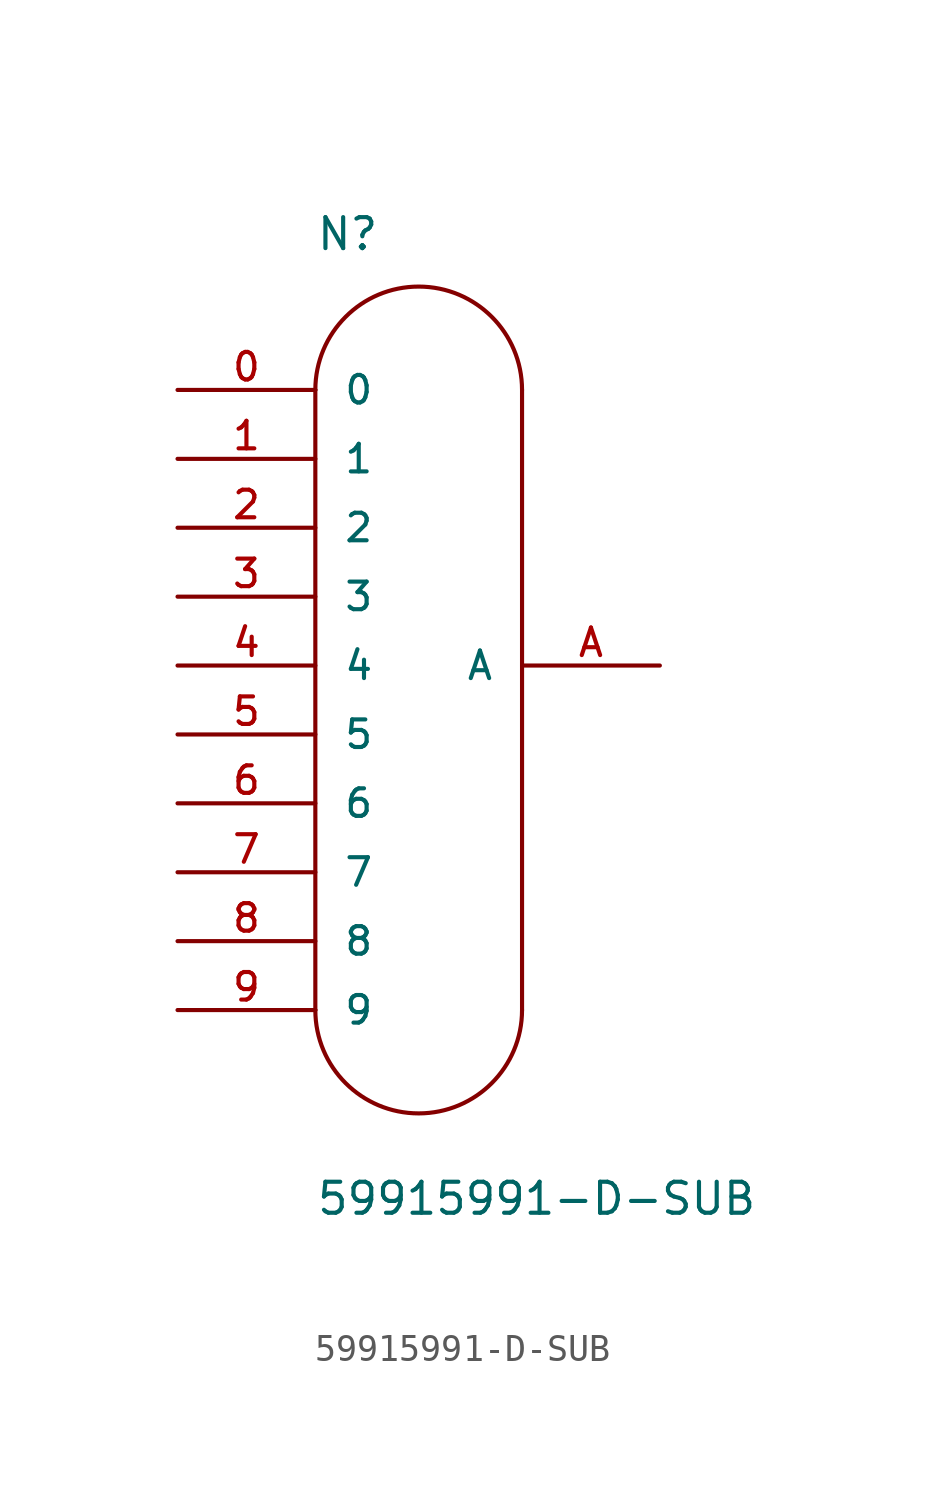
<source format=kicad_sym>
(kicad_symbol_lib
  (version 20220914)
  (generator kicad_symbol_editor)
  (symbol "59915991-D-SUB"
    (pin_names
      (offset 1.016))
    (property "Reference" "N"
      (at -22.86 12.7 0)
      (effects (font (size 1.143 1.143)) (justify left bottom)))
    (property "Value" "59915991-D-SUB"
      (at -22.86 -22.86 0)
      (effects (font (size 1.143 1.143)) (justify left bottom)))
    (property "ki_locked" ""
      (at 0 0 0)
      (effects (font (size 1.27 1.27))))
    (symbol "59915991-D-SUB_1_0"
      (polyline (pts (xy -22.86 7.62) (xy -22.86 -15.24)) (stroke (width 0) (type solid)) (fill (type none)))
      (polyline (pts (xy -15.24 7.62) (xy -15.24 -15.24)) (stroke (width 0) (type solid)) (fill (type none))))
    (symbol "59915991-D-SUB_1_1"
      (arc (start -22.86 -15.24) (mid -19.05 -19.0334) (end -15.24 -15.24) (stroke (width 0) (type solid)) (fill (type none)))
      (arc (start -15.24 7.62) (mid -19.05 11.4134) (end -22.86 7.62) (stroke (width 0) (type solid)) (fill (type none)))
      (pin passive line (at -27.94 7.62 0) (length 5.08) (name "0" (effects (font (size 1.016 1.016)))) (number "0" (effects (font (size 1.016 1.016)))))
      (pin passive line (at -27.94 5.08 0) (length 5.08) (name "1" (effects (font (size 1.016 1.016)))) (number "1" (effects (font (size 1.016 1.016)))))
      (pin passive line (at -27.94 2.54 0) (length 5.08) (name "2" (effects (font (size 1.016 1.016)))) (number "2" (effects (font (size 1.016 1.016)))))
      (pin passive line (at -27.94 0 0) (length 5.08) (name "3" (effects (font (size 1.016 1.016)))) (number "3" (effects (font (size 1.016 1.016)))))
      (pin passive line (at -27.94 -2.54 0) (length 5.08) (name "4" (effects (font (size 1.016 1.016)))) (number "4" (effects (font (size 1.016 1.016)))))
      (pin passive line (at -27.94 -5.08 0) (length 5.08) (name "5" (effects (font (size 1.016 1.016)))) (number "5" (effects (font (size 1.016 1.016)))))
      (pin passive line (at -27.94 -7.62 0) (length 5.08) (name "6" (effects (font (size 1.016 1.016)))) (number "6" (effects (font (size 1.016 1.016)))))
      (pin passive line (at -27.94 -10.16 0) (length 5.08) (name "7" (effects (font (size 1.016 1.016)))) (number "7" (effects (font (size 1.016 1.016)))))
      (pin passive line (at -27.94 -12.7 0) (length 5.08) (name "8" (effects (font (size 1.016 1.016)))) (number "8" (effects (font (size 1.016 1.016)))))
      (pin passive line (at -27.94 -15.24 0) (length 5.08) (name "9" (effects (font (size 1.016 1.016)))) (number "9" (effects (font (size 1.016 1.016)))))
      (pin passive line (at -10.16 -2.54 180) (length 5.08) (name "A" (effects (font (size 1.016 1.016)))) (number "A" (effects (font (size 1.016 1.016))))))))
</source>
